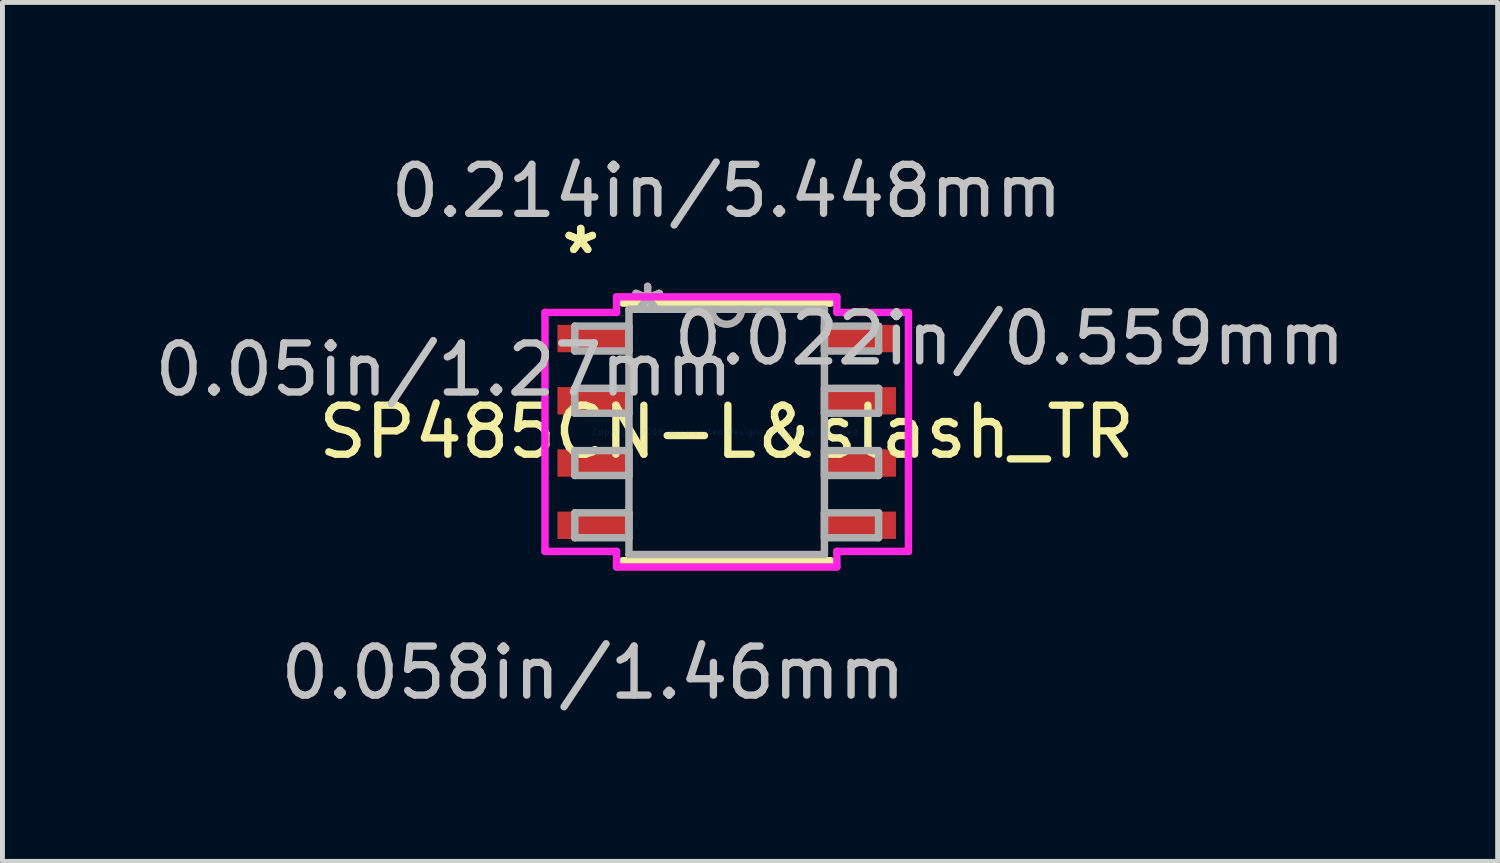
<source format=kicad_pcb>
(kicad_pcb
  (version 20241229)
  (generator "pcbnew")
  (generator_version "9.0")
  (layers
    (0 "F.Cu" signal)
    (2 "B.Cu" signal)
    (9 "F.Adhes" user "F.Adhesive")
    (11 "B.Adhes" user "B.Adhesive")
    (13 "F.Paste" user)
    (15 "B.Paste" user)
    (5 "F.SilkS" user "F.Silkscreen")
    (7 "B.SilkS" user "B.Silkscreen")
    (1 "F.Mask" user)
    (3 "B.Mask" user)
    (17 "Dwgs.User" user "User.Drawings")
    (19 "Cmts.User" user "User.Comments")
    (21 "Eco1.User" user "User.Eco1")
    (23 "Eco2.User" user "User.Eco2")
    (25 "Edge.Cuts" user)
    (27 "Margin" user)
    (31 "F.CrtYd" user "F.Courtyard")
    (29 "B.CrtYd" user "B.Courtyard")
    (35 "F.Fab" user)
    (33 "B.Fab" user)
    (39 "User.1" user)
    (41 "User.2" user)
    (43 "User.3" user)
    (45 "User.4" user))
  (footprint "SP485CN-L&slash_TR"
    (layer "F.Cu")
    (at 11.778 5.763)
    (property "Reference" "SP485CN-L&slash_TR" (at 0 0 0) (layer "F.SilkS") (effects (font (size 1 1) (thickness 0.15))))
    (attr through_hole)
    (fp_line (start -2.121 2.629) (end 2.121 2.629) (stroke (width 0.152) (type solid)) (layer "F.SilkS"))
    (fp_line (start 2.121 -2.629) (end -2.121 -2.629) (stroke (width 0.152) (type solid)) (layer "F.SilkS"))
    (fp_line (start -3.708 -2.438) (end -2.248 -2.438) (stroke (width 0.152) (type solid)) (layer "F.CrtYd"))
    (fp_line (start -3.708 2.438) (end -3.708 -2.438) (stroke (width 0.152) (type solid)) (layer "F.CrtYd"))
    (fp_line (start -2.248 -2.756) (end 2.248 -2.756) (stroke (width 0.152) (type solid)) (layer "F.CrtYd"))
    (fp_line (start -2.248 -2.438) (end -2.248 -2.756) (stroke (width 0.152) (type solid)) (layer "F.CrtYd"))
    (fp_line (start -2.248 2.438) (end -3.708 2.438) (stroke (width 0.152) (type solid)) (layer "F.CrtYd"))
    (fp_line (start -2.248 2.756) (end -2.248 2.438) (stroke (width 0.152) (type solid)) (layer "F.CrtYd"))
    (fp_line (start 2.248 -2.756) (end 2.248 -2.438) (stroke (width 0.152) (type solid)) (layer "F.CrtYd"))
    (fp_line (start 2.248 -2.438) (end 3.708 -2.438) (stroke (width 0.152) (type solid)) (layer "F.CrtYd"))
    (fp_line (start 2.248 2.438) (end 2.248 2.756) (stroke (width 0.152) (type solid)) (layer "F.CrtYd"))
    (fp_line (start 2.248 2.756) (end -2.248 2.756) (stroke (width 0.152) (type solid)) (layer "F.CrtYd"))
    (fp_line (start 3.708 -2.438) (end 3.708 2.438) (stroke (width 0.152) (type solid)) (layer "F.CrtYd"))
    (fp_line (start 3.708 2.438) (end 2.248 2.438) (stroke (width 0.152) (type solid)) (layer "F.CrtYd"))
    (fp_line (start -3.099 -2.159) (end -3.099 -1.651) (stroke (width 0.152) (type solid)) (layer "F.Fab"))
    (fp_line (start -3.099 -1.651) (end -1.994 -1.651) (stroke (width 0.152) (type solid)) (layer "F.Fab"))
    (fp_line (start -3.099 -0.889) (end -3.099 -0.381) (stroke (width 0.152) (type solid)) (layer "F.Fab"))
    (fp_line (start -3.099 -0.381) (end -1.994 -0.381) (stroke (width 0.152) (type solid)) (layer "F.Fab"))
    (fp_line (start -3.099 0.381) (end -3.099 0.889) (stroke (width 0.152) (type solid)) (layer "F.Fab"))
    (fp_line (start -3.099 0.889) (end -1.994 0.889) (stroke (width 0.152) (type solid)) (layer "F.Fab"))
    (fp_line (start -3.099 1.651) (end -3.099 2.159) (stroke (width 0.152) (type solid)) (layer "F.Fab"))
    (fp_line (start -3.099 2.159) (end -1.994 2.159) (stroke (width 0.152) (type solid)) (layer "F.Fab"))
    (fp_line (start -1.994 -2.502) (end -1.994 2.502) (stroke (width 0.152) (type solid)) (layer "F.Fab"))
    (fp_line (start -1.994 -2.159) (end -3.099 -2.159) (stroke (width 0.152) (type solid)) (layer "F.Fab"))
    (fp_line (start -1.994 -1.651) (end -1.994 -2.159) (stroke (width 0.152) (type solid)) (layer "F.Fab"))
    (fp_line (start -1.994 -0.889) (end -3.099 -0.889) (stroke (width 0.152) (type solid)) (layer "F.Fab"))
    (fp_line (start -1.994 -0.381) (end -1.994 -0.889) (stroke (width 0.152) (type solid)) (layer "F.Fab"))
    (fp_line (start -1.994 0.381) (end -3.099 0.381) (stroke (width 0.152) (type solid)) (layer "F.Fab"))
    (fp_line (start -1.994 0.889) (end -1.994 0.381) (stroke (width 0.152) (type solid)) (layer "F.Fab"))
    (fp_line (start -1.994 1.651) (end -3.099 1.651) (stroke (width 0.152) (type solid)) (layer "F.Fab"))
    (fp_line (start -1.994 2.159) (end -1.994 1.651) (stroke (width 0.152) (type solid)) (layer "F.Fab"))
    (fp_line (start -1.994 2.502) (end 1.994 2.502) (stroke (width 0.152) (type solid)) (layer "F.Fab"))
    (fp_line (start 1.994 -2.502) (end -1.994 -2.502) (stroke (width 0.152) (type solid)) (layer "F.Fab"))
    (fp_line (start 1.994 -2.159) (end 1.994 -1.651) (stroke (width 0.152) (type solid)) (layer "F.Fab"))
    (fp_line (start 1.994 -1.651) (end 3.099 -1.651) (stroke (width 0.152) (type solid)) (layer "F.Fab"))
    (fp_line (start 1.994 -0.889) (end 1.994 -0.381) (stroke (width 0.152) (type solid)) (layer "F.Fab"))
    (fp_line (start 1.994 -0.381) (end 3.099 -0.381) (stroke (width 0.152) (type solid)) (layer "F.Fab"))
    (fp_line (start 1.994 0.381) (end 1.994 0.889) (stroke (width 0.152) (type solid)) (layer "F.Fab"))
    (fp_line (start 1.994 0.889) (end 3.099 0.889) (stroke (width 0.152) (type solid)) (layer "F.Fab"))
    (fp_line (start 1.994 1.651) (end 1.994 2.159) (stroke (width 0.152) (type solid)) (layer "F.Fab"))
    (fp_line (start 1.994 2.159) (end 3.099 2.159) (stroke (width 0.152) (type solid)) (layer "F.Fab"))
    (fp_line (start 1.994 2.502) (end 1.994 -2.502) (stroke (width 0.152) (type solid)) (layer "F.Fab"))
    (fp_line (start 3.099 -2.159) (end 1.994 -2.159) (stroke (width 0.152) (type solid)) (layer "F.Fab"))
    (fp_line (start 3.099 -1.651) (end 3.099 -2.159) (stroke (width 0.152) (type solid)) (layer "F.Fab"))
    (fp_line (start 3.099 -0.889) (end 1.994 -0.889) (stroke (width 0.152) (type solid)) (layer "F.Fab"))
    (fp_line (start 3.099 -0.381) (end 3.099 -0.889) (stroke (width 0.152) (type solid)) (layer "F.Fab"))
    (fp_line (start 3.099 0.381) (end 1.994 0.381) (stroke (width 0.152) (type solid)) (layer "F.Fab"))
    (fp_line (start 3.099 0.889) (end 3.099 0.381) (stroke (width 0.152) (type solid)) (layer "F.Fab"))
    (fp_line (start 3.099 1.651) (end 1.994 1.651) (stroke (width 0.152) (type solid)) (layer "F.Fab"))
    (fp_line (start 3.099 2.159) (end 3.099 1.651) (stroke (width 0.152) (type solid)) (layer "F.Fab"))
    (fp_arc (start 0.3048 -2.5019) (mid 0 -2.1971) (end -0.3048 -2.5019) (stroke (width 0.1524) (type solid)) (layer "F.Fab"))
    (fp_text user "*" (at -2.978 -3.607 0) (layer "F.SilkS") (effects (font (size 1 1) (thickness 0.15))))
    (fp_text user "*" (at -2.978 -3.607 0) (layer "F.SilkS") (effects (font (size 1 1) (thickness 0.15))))
    (fp_text user "0.214in/5.448mm" (at 0 -4.915 0) (layer "Dwgs.User") (effects (font (size 1 1) (thickness 0.15))))
    (fp_text user "0.058in/1.46mm" (at -2.724 4.915 0) (layer "Dwgs.User") (effects (font (size 1 1) (thickness 0.15))))
    (fp_text user "0.022in/0.559mm" (at 5.772 -1.905 0) (layer "Dwgs.User") (effects (font (size 1 1) (thickness 0.15))))
    (fp_text user "0.05in/1.27mm" (at -5.772 -1.27 0) (layer "Dwgs.User") (effects (font (size 1 1) (thickness 0.15))))
    (fp_text user "Copyright 2016 Accelerated Designs. All rights reserved." (at 0 0 0) (layer "Cmts.User") (effects (font (size 0.127 0.127) (thickness 0.002))))
    (fp_text user "*" (at -1.613 -2.426 0) (layer "F.Fab") (effects (font (size 1 1) (thickness 0.15))))
    (fp_text user "*" (at -1.613 -2.426 0) (layer "F.Fab") (effects (font (size 1 1) (thickness 0.15))))
    (pad "1" smd rect (at -2.724 -1.905) (size 1.46 0.559) (layers "F.Cu" "F.Mask" "F.Paste"))
    (pad "2" smd rect (at -2.724 -0.635) (size 1.46 0.559) (layers "F.Cu" "F.Mask" "F.Paste"))
    (pad "3" smd rect (at -2.724 0.635) (size 1.46 0.559) (layers "F.Cu" "F.Mask" "F.Paste"))
    (pad "4" smd rect (at -2.724 1.905) (size 1.46 0.559) (layers "F.Cu" "F.Mask" "F.Paste"))
    (pad "5" smd rect (at 2.724 1.905) (size 1.46 0.559) (layers "F.Cu" "F.Mask" "F.Paste"))
    (pad "6" smd rect (at 2.724 0.635) (size 1.46 0.559) (layers "F.Cu" "F.Mask" "F.Paste"))
    (pad "7" smd rect (at 2.724 -0.635) (size 1.46 0.559) (layers "F.Cu" "F.Mask" "F.Paste"))
    (pad "8" smd rect (at 2.724 -1.905) (size 1.46 0.559) (layers "F.Cu" "F.Mask" "F.Paste")))
  (gr_rect
    (start -3 -3)
    (end 27.509 14.526)
    (stroke (width 0.1) (type default))
    (fill no)
    (layer "Edge.Cuts")))
</source>
